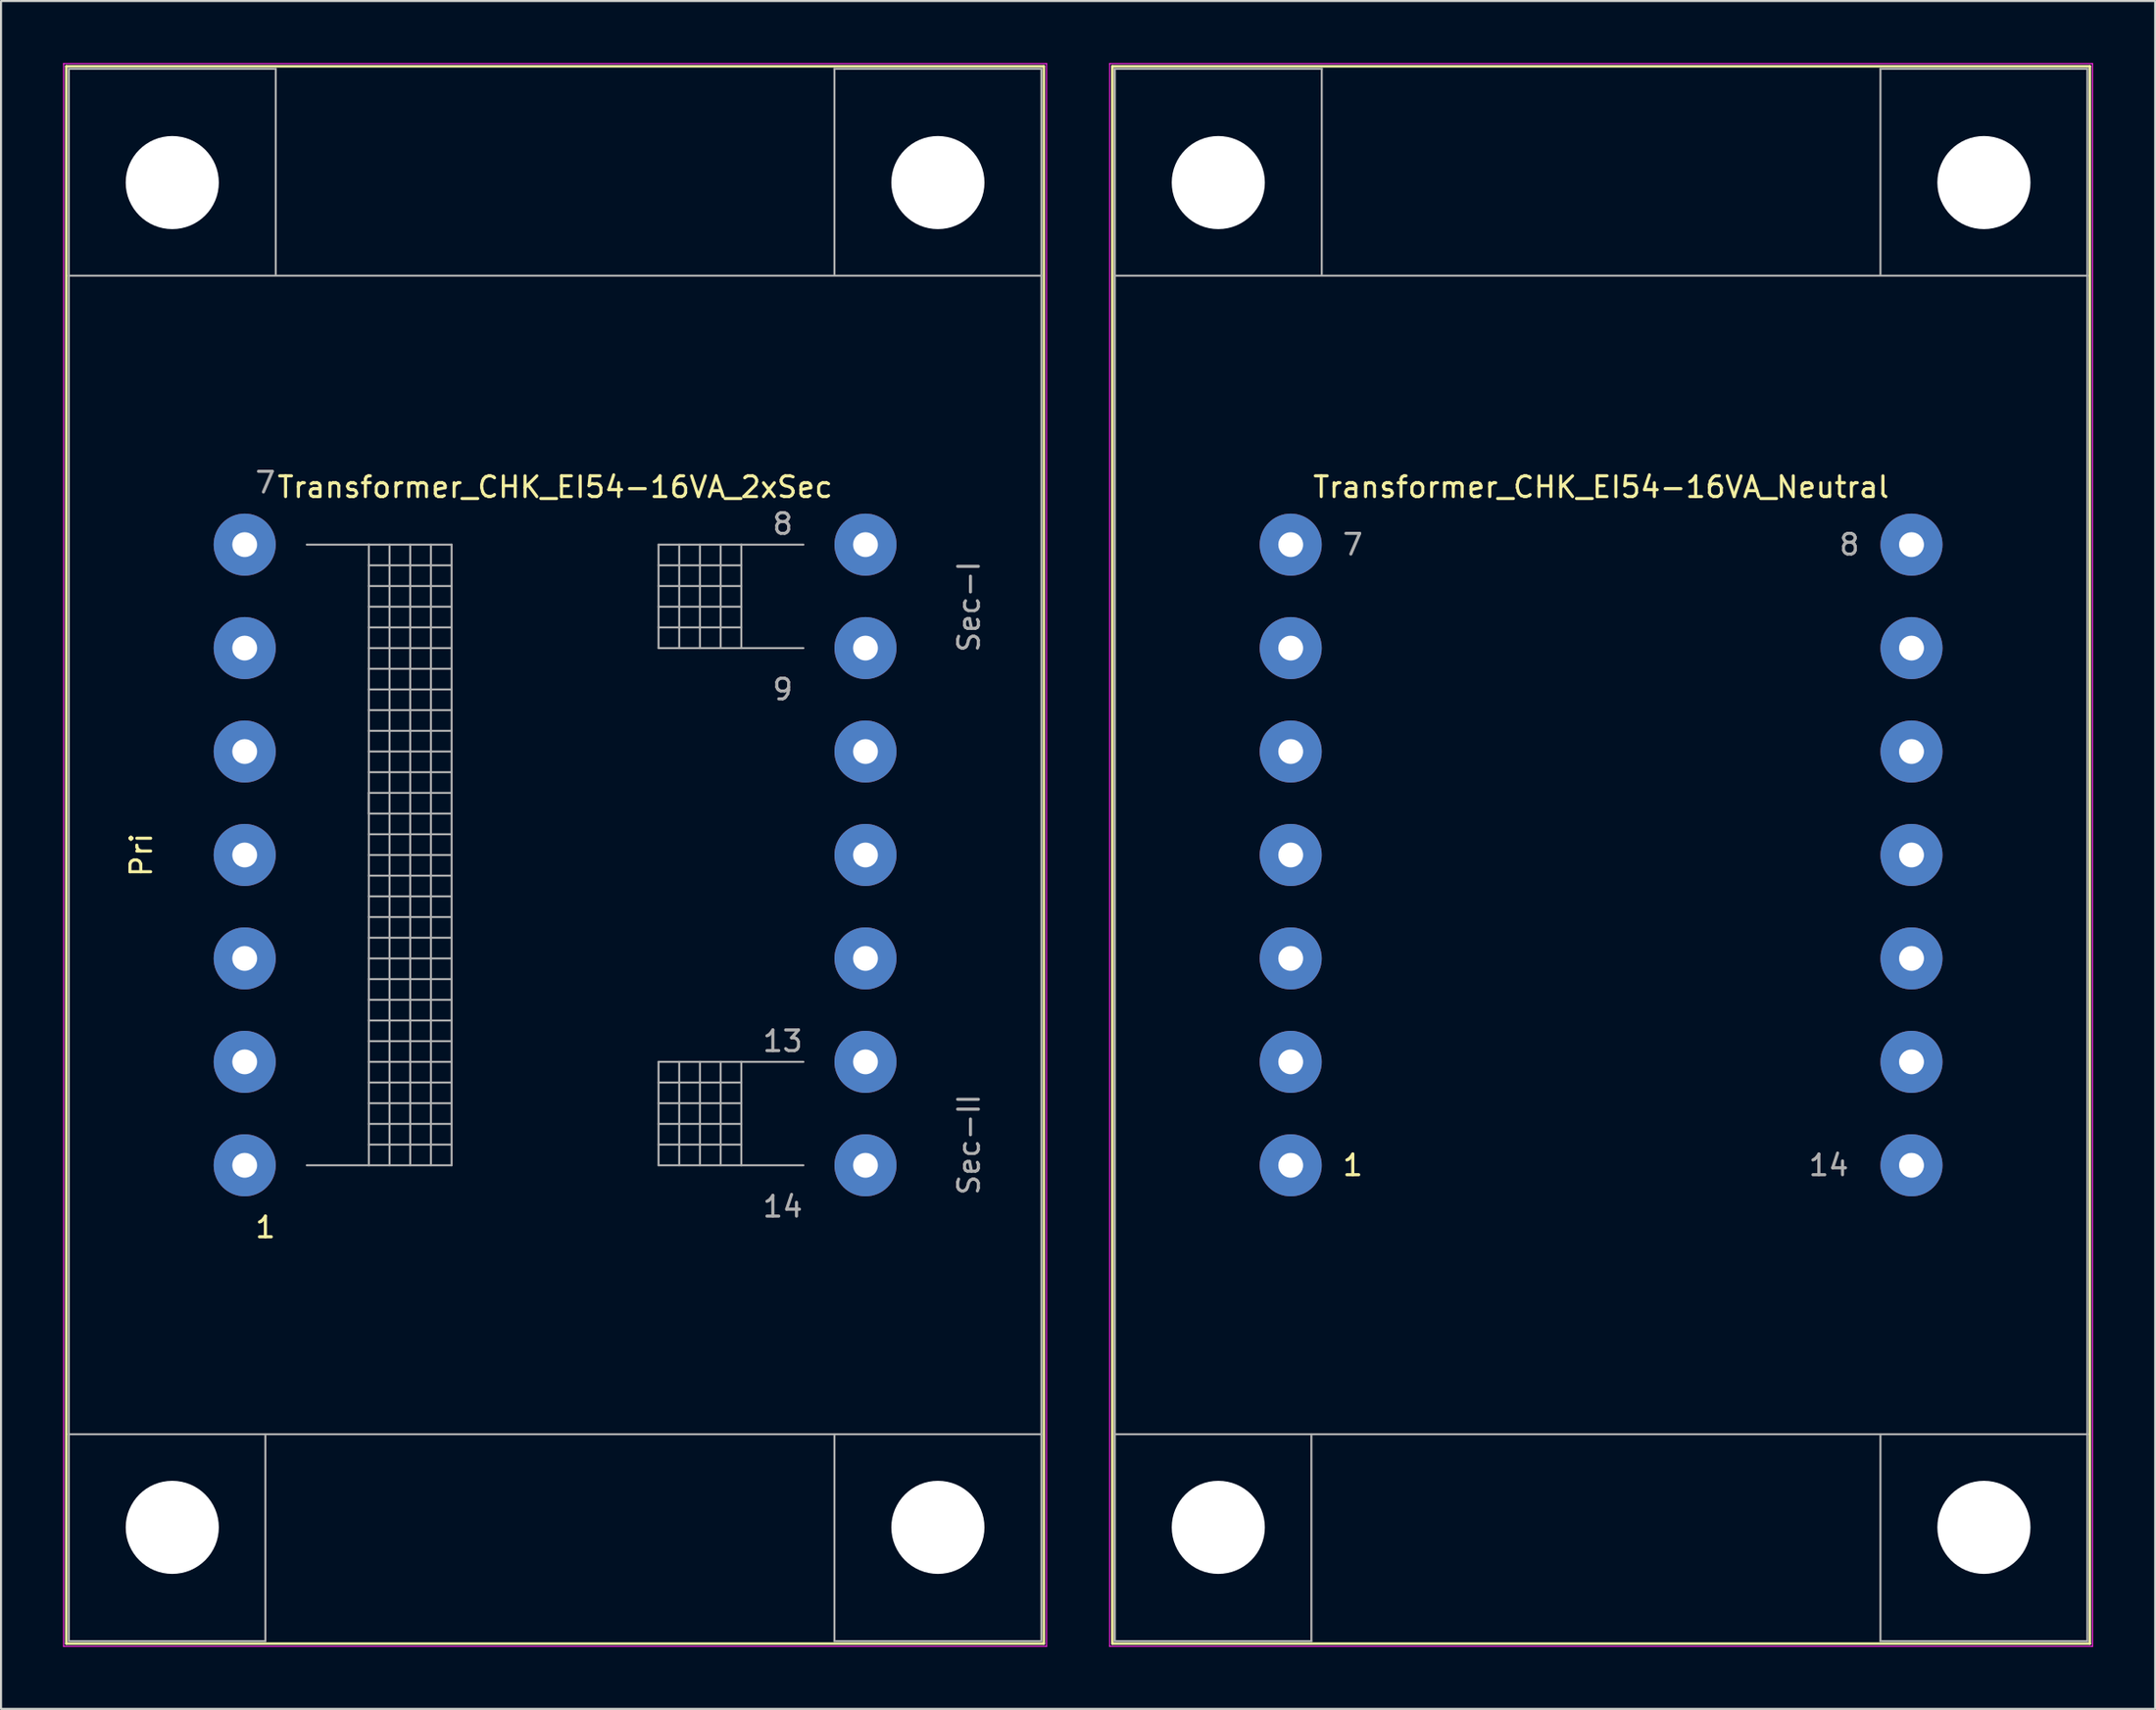
<source format=kicad_pcb>
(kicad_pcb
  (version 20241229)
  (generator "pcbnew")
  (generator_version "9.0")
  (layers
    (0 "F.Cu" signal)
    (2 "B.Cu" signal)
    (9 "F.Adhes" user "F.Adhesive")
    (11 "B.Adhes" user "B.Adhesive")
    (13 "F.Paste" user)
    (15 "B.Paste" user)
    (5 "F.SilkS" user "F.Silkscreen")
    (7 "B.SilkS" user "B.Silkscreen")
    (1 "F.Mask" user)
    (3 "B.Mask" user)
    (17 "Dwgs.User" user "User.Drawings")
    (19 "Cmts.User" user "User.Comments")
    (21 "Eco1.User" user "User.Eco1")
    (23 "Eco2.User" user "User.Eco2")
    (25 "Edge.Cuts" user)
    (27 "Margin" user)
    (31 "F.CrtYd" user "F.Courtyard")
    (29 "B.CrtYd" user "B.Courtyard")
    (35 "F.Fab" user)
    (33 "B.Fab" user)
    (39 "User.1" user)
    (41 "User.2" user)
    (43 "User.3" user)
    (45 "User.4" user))
  (footprint "Transformer_CHK_EI54-16VA_Neutral"
    (layer "F.Cu")
    (at 59.325 53.275)
    (property "Reference" "Transformer_CHK_EI54-16VA_Neutral" (at 15 -32.78 0) (layer "F.SilkS") (effects (font (size 1 1) (thickness 0.15))))
    (attr through_hole)
    (fp_line (start -8.62 -53.12) (end -8.62 23.12) (stroke (width 0.12) (type solid)) (layer "F.SilkS"))
    (fp_line (start -8.62 -53.12) (end 38.62 -53.12) (stroke (width 0.12) (type solid)) (layer "F.SilkS"))
    (fp_line (start 38.62 23.12) (end -8.62 23.12) (stroke (width 0.12) (type solid)) (layer "F.SilkS"))
    (fp_line (start 38.62 23.12) (end 38.62 -53.12) (stroke (width 0.12) (type solid)) (layer "F.SilkS"))
    (fp_line (start -8.75 -53.25) (end -8.75 23.25) (stroke (width 0.05) (type solid)) (layer "F.CrtYd"))
    (fp_line (start -8.75 -53.25) (end 38.75 -53.25) (stroke (width 0.05) (type solid)) (layer "F.CrtYd"))
    (fp_line (start 38.75 23.25) (end -8.75 23.25) (stroke (width 0.05) (type solid)) (layer "F.CrtYd"))
    (fp_line (start 38.75 23.25) (end 38.75 -53.25) (stroke (width 0.05) (type solid)) (layer "F.CrtYd"))
    (fp_line (start -8.5 -53) (end 1.5 -53) (stroke (width 0.1) (type solid)) (layer "F.Fab"))
    (fp_line (start -8.5 -43) (end -8.5 -53) (stroke (width 0.1) (type solid)) (layer "F.Fab"))
    (fp_line (start -8.5 -43) (end -8.5 13) (stroke (width 0.1) (type solid)) (layer "F.Fab"))
    (fp_line (start -8.5 13) (end -8.5 23) (stroke (width 0.1) (type solid)) (layer "F.Fab"))
    (fp_line (start -8.5 13) (end 38.5 13) (stroke (width 0.1) (type solid)) (layer "F.Fab"))
    (fp_line (start -8.5 23) (end 1 23) (stroke (width 0.1) (type solid)) (layer "F.Fab"))
    (fp_line (start 1 23) (end 1 13) (stroke (width 0.1) (type solid)) (layer "F.Fab"))
    (fp_line (start 1.5 -53) (end 1.5 -43) (stroke (width 0.1) (type solid)) (layer "F.Fab"))
    (fp_line (start 28.5 -53) (end 28.5 -43) (stroke (width 0.1) (type solid)) (layer "F.Fab"))
    (fp_line (start 28.5 23) (end 28.5 13) (stroke (width 0.1) (type solid)) (layer "F.Fab"))
    (fp_line (start 38.5 -53) (end 28.5 -53) (stroke (width 0.1) (type solid)) (layer "F.Fab"))
    (fp_line (start 38.5 -43) (end -8.5 -43) (stroke (width 0.1) (type solid)) (layer "F.Fab"))
    (fp_line (start 38.5 -43) (end 38.5 -53) (stroke (width 0.1) (type solid)) (layer "F.Fab"))
    (fp_line (start 38.5 13) (end 38.5 -43) (stroke (width 0.1) (type solid)) (layer "F.Fab"))
    (fp_line (start 38.5 13) (end 38.5 23) (stroke (width 0.1) (type solid)) (layer "F.Fab"))
    (fp_line (start 38.5 23) (end 28.5 23) (stroke (width 0.1) (type solid)) (layer "F.Fab"))
    (fp_text user "1" (at 3 0 0) (layer "F.SilkS") (effects (font (size 1 1) (thickness 0.15))))
    (fp_text user "14" (at 26 0 0) (layer "F.Fab") (effects (font (size 1 1) (thickness 0.15))))
    (fp_text user "7" (at 3 -30 0) (layer "F.Fab") (effects (font (size 1 1) (thickness 0.15))))
    (fp_text user "8" (at 27 -30 0) (layer "F.Fab") (effects (font (size 1 1) (thickness 0.15))))
    (pad "" np_thru_hole circle (at -3.5 -47.5) (size 4.5 4.5) (drill 4.5) (layers "*.Cu" "*.Mask"))
    (pad "" np_thru_hole circle (at -3.5 17.5) (size 4.5 4.5) (drill 4.5) (layers "*.Cu" "*.Mask"))
    (pad "" np_thru_hole circle (at 33.5 -47.5) (size 4.5 4.5) (drill 4.5) (layers "*.Cu" "*.Mask"))
    (pad "" np_thru_hole circle (at 33.5 17.5) (size 4.5 4.5) (drill 4.5) (layers "*.Cu" "*.Mask"))
    (pad "1" thru_hole circle (at 0 0) (size 3 3) (drill 1.2) (layers "*.Cu" "*.Mask"))
    (pad "2" thru_hole circle (at 0 -5) (size 3 3) (drill 1.2) (layers "*.Cu" "*.Mask"))
    (pad "3" thru_hole circle (at 0 -10) (size 3 3) (drill 1.2) (layers "*.Cu" "*.Mask"))
    (pad "4" thru_hole circle (at 0 -15) (size 3 3) (drill 1.2) (layers "*.Cu" "*.Mask"))
    (pad "5" thru_hole circle (at 0 -20) (size 3 3) (drill 1.2) (layers "*.Cu" "*.Mask"))
    (pad "6" thru_hole circle (at 0 -25) (size 3 3) (drill 1.2) (layers "*.Cu" "*.Mask"))
    (pad "7" thru_hole circle (at 0 -30) (size 3 3) (drill 1.2) (layers "*.Cu" "*.Mask"))
    (pad "8" thru_hole circle (at 30 -30) (size 3 3) (drill 1.2) (layers "*.Cu" "*.Mask"))
    (pad "9" thru_hole circle (at 30 -25) (size 3 3) (drill 1.2) (layers "*.Cu" "*.Mask"))
    (pad "10" thru_hole circle (at 30 -20) (size 3 3) (drill 1.2) (layers "*.Cu" "*.Mask"))
    (pad "11" thru_hole circle (at 30 -15) (size 3 3) (drill 1.2) (layers "*.Cu" "*.Mask"))
    (pad "12" thru_hole circle (at 30 -10) (size 3 3) (drill 1.2) (layers "*.Cu" "*.Mask"))
    (pad "13" thru_hole circle (at 30 -5) (size 3 3) (drill 1.2) (layers "*.Cu" "*.Mask"))
    (pad "14" thru_hole circle (at 30 0) (size 3 3) (drill 1.2) (layers "*.Cu" "*.Mask")))
  (footprint "Transformer_CHK_EI54-16VA_2xSec"
    (layer "F.Cu")
    (at 8.775 53.275)
    (property "Reference" "Transformer_CHK_EI54-16VA_2xSec" (at 15 -32.78 0) (layer "F.SilkS") (effects (font (size 1 1) (thickness 0.15))))
    (attr through_hole)
    (fp_line (start -8.62 -53.12) (end -8.62 23.12) (stroke (width 0.12) (type solid)) (layer "F.SilkS"))
    (fp_line (start -8.62 -53.12) (end 38.62 -53.12) (stroke (width 0.12) (type solid)) (layer "F.SilkS"))
    (fp_line (start 38.62 23.12) (end -8.62 23.12) (stroke (width 0.12) (type solid)) (layer "F.SilkS"))
    (fp_line (start 38.62 23.12) (end 38.62 -53.12) (stroke (width 0.12) (type solid)) (layer "F.SilkS"))
    (fp_line (start -8.75 -53.25) (end -8.75 23.25) (stroke (width 0.05) (type solid)) (layer "F.CrtYd"))
    (fp_line (start -8.75 -53.25) (end 38.75 -53.25) (stroke (width 0.05) (type solid)) (layer "F.CrtYd"))
    (fp_line (start 38.75 23.25) (end -8.75 23.25) (stroke (width 0.05) (type solid)) (layer "F.CrtYd"))
    (fp_line (start 38.75 23.25) (end 38.75 -53.25) (stroke (width 0.05) (type solid)) (layer "F.CrtYd"))
    (fp_line (start -8.5 -53) (end 1.5 -53) (stroke (width 0.1) (type solid)) (layer "F.Fab"))
    (fp_line (start -8.5 -43) (end -8.5 -53) (stroke (width 0.1) (type solid)) (layer "F.Fab"))
    (fp_line (start -8.5 -43) (end -8.5 13) (stroke (width 0.1) (type solid)) (layer "F.Fab"))
    (fp_line (start -8.5 13) (end -8.5 23) (stroke (width 0.1) (type solid)) (layer "F.Fab"))
    (fp_line (start -8.5 13) (end 38.5 13) (stroke (width 0.1) (type solid)) (layer "F.Fab"))
    (fp_line (start -8.5 23) (end 1 23) (stroke (width 0.1) (type solid)) (layer "F.Fab"))
    (fp_line (start 1 23) (end 1 13) (stroke (width 0.1) (type solid)) (layer "F.Fab"))
    (fp_line (start 1.5 -53) (end 1.5 -43) (stroke (width 0.1) (type solid)) (layer "F.Fab"))
    (fp_line (start 3 -30) (end 6 -30) (stroke (width 0.1) (type solid)) (layer "F.Fab"))
    (fp_line (start 6 -30) (end 6 0) (stroke (width 0.1) (type solid)) (layer "F.Fab"))
    (fp_line (start 6 -30) (end 10 -30) (stroke (width 0.1) (type solid)) (layer "F.Fab"))
    (fp_line (start 6 -29) (end 10 -29) (stroke (width 0.1) (type solid)) (layer "F.Fab"))
    (fp_line (start 6 -27) (end 10 -27) (stroke (width 0.1) (type solid)) (layer "F.Fab"))
    (fp_line (start 6 -25) (end 10 -25) (stroke (width 0.1) (type solid)) (layer "F.Fab"))
    (fp_line (start 6 -23) (end 10 -23) (stroke (width 0.1) (type solid)) (layer "F.Fab"))
    (fp_line (start 6 -21) (end 10 -21) (stroke (width 0.1) (type solid)) (layer "F.Fab"))
    (fp_line (start 6 -19) (end 10 -19) (stroke (width 0.1) (type solid)) (layer "F.Fab"))
    (fp_line (start 6 -18) (end 6 -17) (stroke (width 0.1) (type solid)) (layer "F.Fab"))
    (fp_line (start 6 -17) (end 10 -17) (stroke (width 0.1) (type solid)) (layer "F.Fab"))
    (fp_line (start 6 -15) (end 10 -15) (stroke (width 0.1) (type solid)) (layer "F.Fab"))
    (fp_line (start 6 -13) (end 10 -13) (stroke (width 0.1) (type solid)) (layer "F.Fab"))
    (fp_line (start 6 -11) (end 10 -11) (stroke (width 0.1) (type solid)) (layer "F.Fab"))
    (fp_line (start 6 -9) (end 10 -9) (stroke (width 0.1) (type solid)) (layer "F.Fab"))
    (fp_line (start 6 -7) (end 10 -7) (stroke (width 0.1) (type solid)) (layer "F.Fab"))
    (fp_line (start 6 -5) (end 10 -5) (stroke (width 0.1) (type solid)) (layer "F.Fab"))
    (fp_line (start 6 -3) (end 10 -3) (stroke (width 0.1) (type solid)) (layer "F.Fab"))
    (fp_line (start 6 -1) (end 10 -1) (stroke (width 0.1) (type solid)) (layer "F.Fab"))
    (fp_line (start 6 0) (end 3 0) (stroke (width 0.1) (type solid)) (layer "F.Fab"))
    (fp_line (start 7 0) (end 7 -30) (stroke (width 0.1) (type solid)) (layer "F.Fab"))
    (fp_line (start 8 -30) (end 8 0) (stroke (width 0.1) (type solid)) (layer "F.Fab"))
    (fp_line (start 9 0) (end 9 -30) (stroke (width 0.1) (type solid)) (layer "F.Fab"))
    (fp_line (start 10 -30) (end 10 0) (stroke (width 0.1) (type solid)) (layer "F.Fab"))
    (fp_line (start 10 -28) (end 6 -28) (stroke (width 0.1) (type solid)) (layer "F.Fab"))
    (fp_line (start 10 -26) (end 6 -26) (stroke (width 0.1) (type solid)) (layer "F.Fab"))
    (fp_line (start 10 -24) (end 6 -24) (stroke (width 0.1) (type solid)) (layer "F.Fab"))
    (fp_line (start 10 -22) (end 6 -22) (stroke (width 0.1) (type solid)) (layer "F.Fab"))
    (fp_line (start 10 -20) (end 6 -20) (stroke (width 0.1) (type solid)) (layer "F.Fab"))
    (fp_line (start 10 -18) (end 6 -18) (stroke (width 0.1) (type solid)) (layer "F.Fab"))
    (fp_line (start 10 -16) (end 6 -16) (stroke (width 0.1) (type solid)) (layer "F.Fab"))
    (fp_line (start 10 -14) (end 6 -14) (stroke (width 0.1) (type solid)) (layer "F.Fab"))
    (fp_line (start 10 -12) (end 6 -12) (stroke (width 0.1) (type solid)) (layer "F.Fab"))
    (fp_line (start 10 -10) (end 6 -10) (stroke (width 0.1) (type solid)) (layer "F.Fab"))
    (fp_line (start 10 -8) (end 6 -8) (stroke (width 0.1) (type solid)) (layer "F.Fab"))
    (fp_line (start 10 -6) (end 6 -6) (stroke (width 0.1) (type solid)) (layer "F.Fab"))
    (fp_line (start 10 -4) (end 6 -4) (stroke (width 0.1) (type solid)) (layer "F.Fab"))
    (fp_line (start 10 -2) (end 6 -2) (stroke (width 0.1) (type solid)) (layer "F.Fab"))
    (fp_line (start 10 0) (end 6 0) (stroke (width 0.1) (type solid)) (layer "F.Fab"))
    (fp_line (start 20 -30) (end 20 -25) (stroke (width 0.1) (type solid)) (layer "F.Fab"))
    (fp_line (start 20 -29) (end 24 -29) (stroke (width 0.1) (type solid)) (layer "F.Fab"))
    (fp_line (start 20 -27) (end 24 -27) (stroke (width 0.1) (type solid)) (layer "F.Fab"))
    (fp_line (start 20 -25) (end 24 -25) (stroke (width 0.1) (type solid)) (layer "F.Fab"))
    (fp_line (start 20 -5) (end 20 0) (stroke (width 0.1) (type solid)) (layer "F.Fab"))
    (fp_line (start 20 -4) (end 24 -4) (stroke (width 0.1) (type solid)) (layer "F.Fab"))
    (fp_line (start 20 -2) (end 24 -2) (stroke (width 0.1) (type solid)) (layer "F.Fab"))
    (fp_line (start 20 0) (end 24 0) (stroke (width 0.1) (type solid)) (layer "F.Fab"))
    (fp_line (start 21 -25) (end 21 -30) (stroke (width 0.1) (type solid)) (layer "F.Fab"))
    (fp_line (start 21 0) (end 21 -5) (stroke (width 0.1) (type solid)) (layer "F.Fab"))
    (fp_line (start 22 -30) (end 22 -25) (stroke (width 0.1) (type solid)) (layer "F.Fab"))
    (fp_line (start 22 -5) (end 22 0) (stroke (width 0.1) (type solid)) (layer "F.Fab"))
    (fp_line (start 23 -25) (end 23 -30) (stroke (width 0.1) (type solid)) (layer "F.Fab"))
    (fp_line (start 23 0) (end 23 -5) (stroke (width 0.1) (type solid)) (layer "F.Fab"))
    (fp_line (start 24 -30) (end 20 -30) (stroke (width 0.1) (type solid)) (layer "F.Fab"))
    (fp_line (start 24 -30) (end 24 -25) (stroke (width 0.1) (type solid)) (layer "F.Fab"))
    (fp_line (start 24 -28) (end 20 -28) (stroke (width 0.1) (type solid)) (layer "F.Fab"))
    (fp_line (start 24 -26) (end 20 -26) (stroke (width 0.1) (type solid)) (layer "F.Fab"))
    (fp_line (start 24 -25) (end 27 -25) (stroke (width 0.1) (type solid)) (layer "F.Fab"))
    (fp_line (start 24 -5) (end 20 -5) (stroke (width 0.1) (type solid)) (layer "F.Fab"))
    (fp_line (start 24 -5) (end 24 0) (stroke (width 0.1) (type solid)) (layer "F.Fab"))
    (fp_line (start 24 -3) (end 20 -3) (stroke (width 0.1) (type solid)) (layer "F.Fab"))
    (fp_line (start 24 -1) (end 20 -1) (stroke (width 0.1) (type solid)) (layer "F.Fab"))
    (fp_line (start 24 0) (end 27 0) (stroke (width 0.1) (type solid)) (layer "F.Fab"))
    (fp_line (start 27 -30) (end 24 -30) (stroke (width 0.1) (type solid)) (layer "F.Fab"))
    (fp_line (start 27 -5) (end 24 -5) (stroke (width 0.1) (type solid)) (layer "F.Fab"))
    (fp_line (start 28.5 -53) (end 28.5 -43) (stroke (width 0.1) (type solid)) (layer "F.Fab"))
    (fp_line (start 28.5 23) (end 28.5 13) (stroke (width 0.1) (type solid)) (layer "F.Fab"))
    (fp_line (start 38.5 -53) (end 28.5 -53) (stroke (width 0.1) (type solid)) (layer "F.Fab"))
    (fp_line (start 38.5 -43) (end -8.5 -43) (stroke (width 0.1) (type solid)) (layer "F.Fab"))
    (fp_line (start 38.5 -43) (end 38.5 -53) (stroke (width 0.1) (type solid)) (layer "F.Fab"))
    (fp_line (start 38.5 13) (end 38.5 -43) (stroke (width 0.1) (type solid)) (layer "F.Fab"))
    (fp_line (start 38.5 13) (end 38.5 23) (stroke (width 0.1) (type solid)) (layer "F.Fab"))
    (fp_line (start 38.5 23) (end 28.5 23) (stroke (width 0.1) (type solid)) (layer "F.Fab"))
    (fp_text user "1" (at 1 3 0) (layer "F.SilkS") (effects (font (size 1 1) (thickness 0.15))))
    (fp_text user "Pri" (at -5 -15 90) (layer "F.SilkS") (effects (font (size 1 1) (thickness 0.15))))
    (fp_text user "13" (at 26 -6 0) (layer "F.Fab") (effects (font (size 1 1) (thickness 0.15))))
    (fp_text user "7" (at 1 -33 0) (layer "F.Fab") (effects (font (size 1 1) (thickness 0.15))))
    (fp_text user "Sec-I" (at 35 -27 90) (layer "F.Fab") (effects (font (size 1 1) (thickness 0.15))))
    (fp_text user "8" (at 26 -31 0) (layer "F.Fab") (effects (font (size 1 1) (thickness 0.15))))
    (fp_text user "14" (at 26 2 0) (layer "F.Fab") (effects (font (size 1 1) (thickness 0.15))))
    (fp_text user "Sec-II" (at 35 -1 90) (layer "F.Fab") (effects (font (size 1 1) (thickness 0.15))))
    (fp_text user "9" (at 26 -23 0) (layer "F.Fab") (effects (font (size 1 1) (thickness 0.15))))
    (pad "" np_thru_hole circle (at -3.5 -47.5) (size 4.5 4.5) (drill 4.5) (layers "*.Cu" "*.Mask"))
    (pad "" np_thru_hole circle (at -3.5 17.5) (size 4.5 4.5) (drill 4.5) (layers "*.Cu" "*.Mask"))
    (pad "" np_thru_hole circle (at 33.5 -47.5) (size 4.5 4.5) (drill 4.5) (layers "*.Cu" "*.Mask"))
    (pad "" np_thru_hole circle (at 33.5 17.5) (size 4.5 4.5) (drill 4.5) (layers "*.Cu" "*.Mask"))
    (pad "1" thru_hole circle (at 0 0) (size 3 3) (drill 1.2) (layers "*.Cu" "*.Mask"))
    (pad "2" thru_hole circle (at 0 -5) (size 3 3) (drill 1.2) (layers "*.Cu" "*.Mask"))
    (pad "3" thru_hole circle (at 0 -10) (size 3 3) (drill 1.2) (layers "*.Cu" "*.Mask"))
    (pad "4" thru_hole circle (at 0 -15) (size 3 3) (drill 1.2) (layers "*.Cu" "*.Mask"))
    (pad "5" thru_hole circle (at 0 -20) (size 3 3) (drill 1.2) (layers "*.Cu" "*.Mask"))
    (pad "6" thru_hole circle (at 0 -25) (size 3 3) (drill 1.2) (layers "*.Cu" "*.Mask"))
    (pad "7" thru_hole circle (at 0 -30) (size 3 3) (drill 1.2) (layers "*.Cu" "*.Mask"))
    (pad "8" thru_hole circle (at 30 -30) (size 3 3) (drill 1.2) (layers "*.Cu" "*.Mask"))
    (pad "9" thru_hole circle (at 30 -25) (size 3 3) (drill 1.2) (layers "*.Cu" "*.Mask"))
    (pad "10" thru_hole circle (at 30 -20) (size 3 3) (drill 1.2) (layers "*.Cu" "*.Mask"))
    (pad "11" thru_hole circle (at 30 -15) (size 3 3) (drill 1.2) (layers "*.Cu" "*.Mask"))
    (pad "12" thru_hole circle (at 30 -10) (size 3 3) (drill 1.2) (layers "*.Cu" "*.Mask"))
    (pad "13" thru_hole circle (at 30 -5) (size 3 3) (drill 1.2) (layers "*.Cu" "*.Mask"))
    (pad "14" thru_hole circle (at 30 0) (size 3 3) (drill 1.2) (layers "*.Cu" "*.Mask")))
  (gr_rect
    (start -3 -3)
    (end 101.1 79.55)
    (stroke (width 0.1) (type default))
    (fill no)
    (layer "Edge.Cuts")))
</source>
